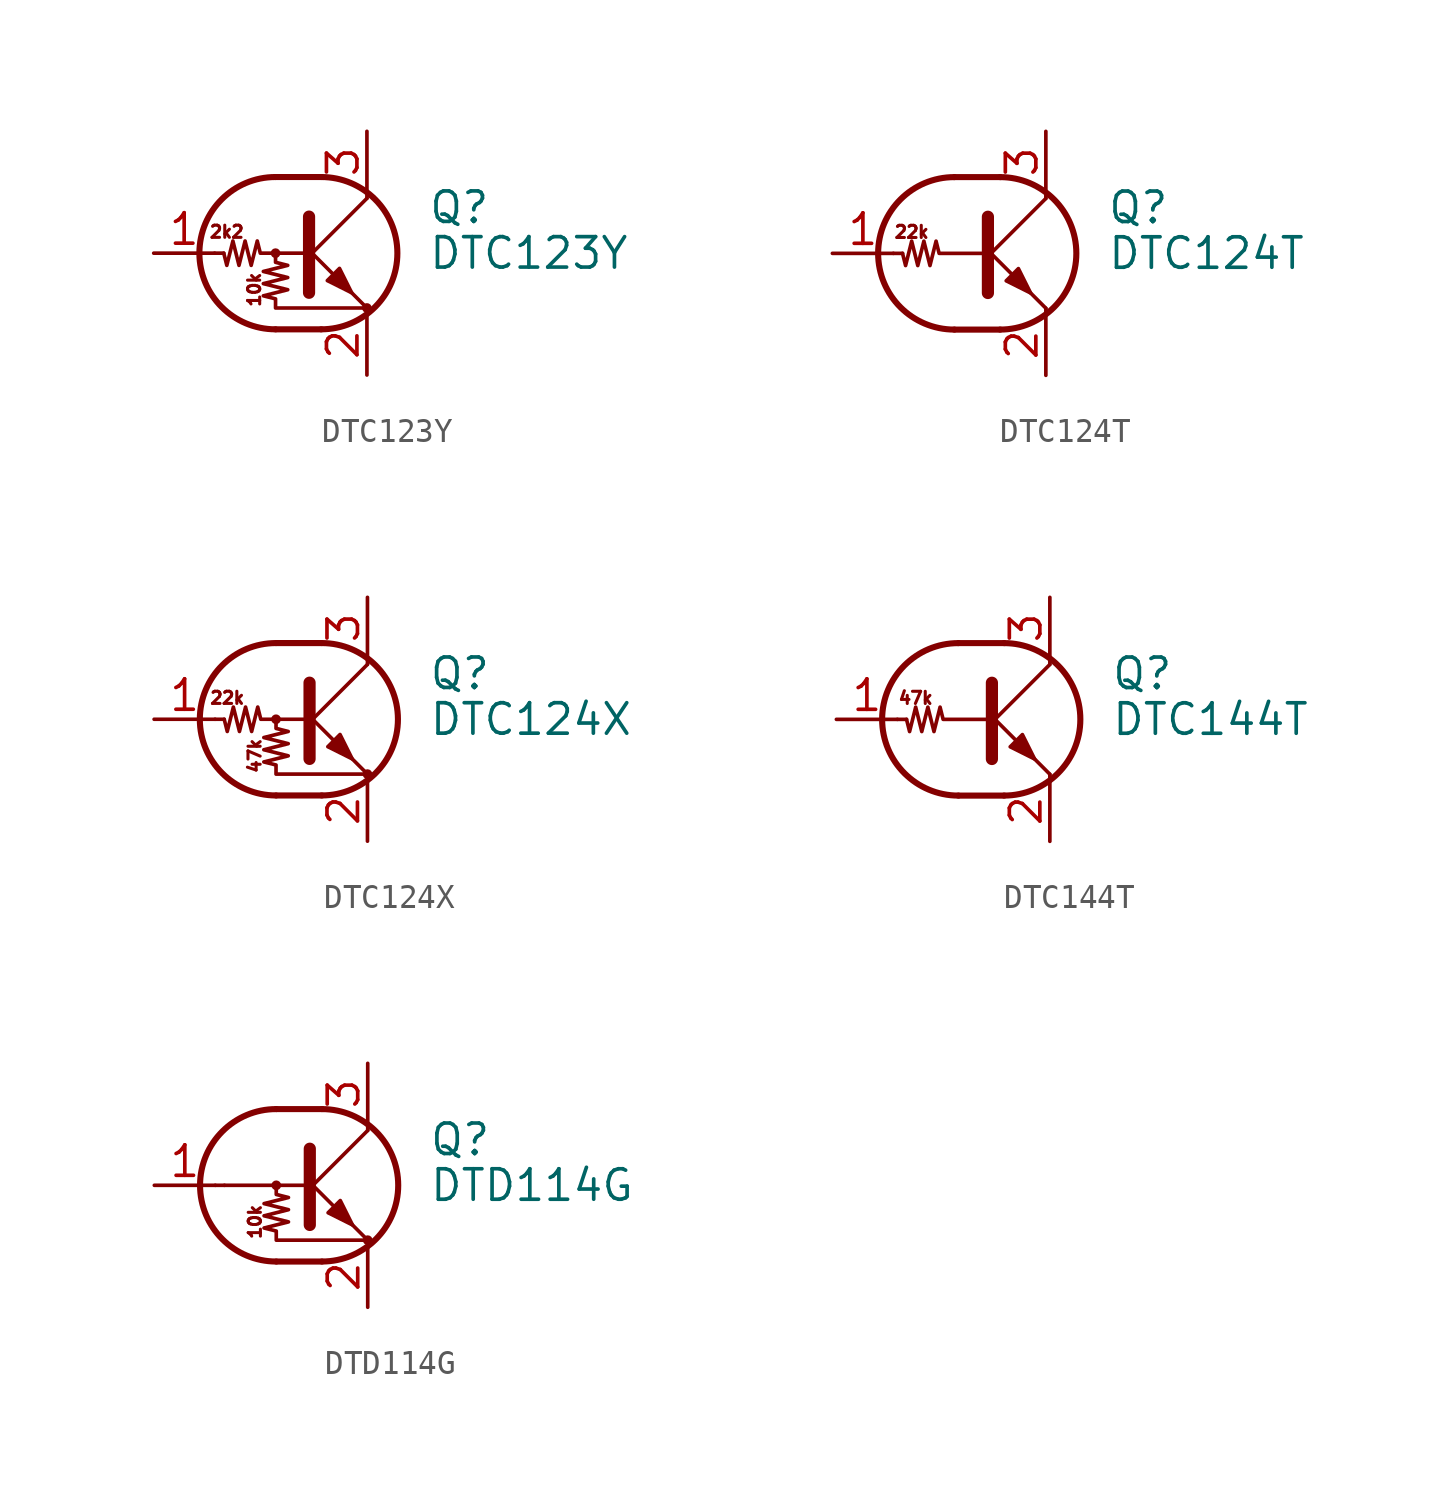
<source format=kicad_sym>
(kicad_symbol_lib
  (version 20231120)
  (generator "kicad_symbol_editor")
  (generator_version "8.0")
  (symbol "DTC123Y"
    (pin_names
      (offset 0) hide)
    (property "Reference" "Q"
      (at 5.08 1.905 0)
      (effects (font (size 1.27 1.27)) (justify left)))
    (property "Value" "DTC123Y"
      (at 5.08 0 0)
      (effects (font (size 1.27 1.27)) (justify left)))
    (symbol "DTC123Y_0_0"
      (text "10k" (at -2.159 -1.524 900) (effects (font (size 0.508 0.508))))
      (text "2k2" (at -3.302 0.889 0) (effects (font (size 0.508 0.508)))))
    (symbol "DTC123Y_0_1"
      (circle (center -1.27 0) (radius 0.127) (stroke (width 0) (type default)) (fill (type none)))
      (arc (start -1.27 3.175) (mid -4.4312 0) (end -1.27 -3.175) (stroke (width 0.254) (type default)) (fill (type none)))
      (polyline (pts (xy -3.429 0) (xy -3.81 0)) (stroke (width 0) (type default)) (fill (type none)))
      (polyline (pts (xy -1.27 -3.175) (xy 0.635 -3.175)) (stroke (width 0.254) (type default)) (fill (type none)))
      (polyline (pts (xy -1.27 3.175) (xy 0.635 3.175)) (stroke (width 0.254) (type default)) (fill (type none)))
      (polyline (pts (xy 0 -0.254) (xy 2.54 2.286)) (stroke (width 0) (type default)) (fill (type none)))
      (polyline (pts (xy 0.127 1.524) (xy 0.127 -1.651)) (stroke (width 0.508) (type default)) (fill (type outline)))
      (polyline (pts (xy 2.54 2.286) (xy 2.54 2.54)) (stroke (width 0) (type default)) (fill (type none)))
      (polyline (pts (xy 2.54 -2.286) (xy 0 0.254) (xy 0 0.254)) (stroke (width 0) (type default)) (fill (type none)))
      (polyline (pts (xy 0.889 -1.143) (xy 1.397 -0.635) (xy 1.905 -1.651) (xy 0.889 -1.143)) (stroke (width 0) (type default)) (fill (type outline)))
      (polyline (pts (xy 0 0) (xy -1.905 0) (xy -2.032 0.508) (xy -2.286 -0.508) (xy -2.54 0.508) (xy -2.794 -0.508) (xy -3.048 0.508) (xy -3.302 -0.508) (xy -3.429 0)) (stroke (width 0) (type default)) (fill (type none)))
      (polyline (pts (xy -1.27 0) (xy -1.27 -0.381) (xy -0.762 -0.508) (xy -1.778 -0.762) (xy -0.762 -1.016) (xy -1.778 -1.27) (xy -0.762 -1.524) (xy -1.778 -1.778) (xy -1.27 -1.905) (xy -1.27 -2.286) (xy 2.54 -2.286)) (stroke (width 0) (type default)) (fill (type none)))
      (arc (start 0.635 -3.175) (mid 3.7962 0) (end 0.635 3.175) (stroke (width 0.254) (type default)) (fill (type none)))
      (circle (center 2.54 -2.286) (radius 0.127) (stroke (width 0) (type default)) (fill (type none))))
    (symbol "DTC123Y_1_1"
      (pin input line (at -6.35 0 0) (length 2.54) (name "B" (effects (font (size 1.27 1.27)))) (number "1" (effects (font (size 1.27 1.27)))))
      (pin passive line (at 2.54 -5.08 90) (length 2.54) (name "E" (effects (font (size 1.27 1.27)))) (number "2" (effects (font (size 1.27 1.27)))))
      (pin passive line (at 2.54 5.08 270) (length 2.54) (name "C" (effects (font (size 1.27 1.27)))) (number "3" (effects (font (size 1.27 1.27)))))))
  (symbol "DTC124T"
    (pin_names
      (offset 0) hide)
    (property "Reference" "Q"
      (at 5.08 1.905 0)
      (effects (font (size 1.27 1.27)) (justify left)))
    (property "Value" "DTC124T"
      (at 5.08 0 0)
      (effects (font (size 1.27 1.27)) (justify left)))
    (symbol "DTC124T_0_0"
      (polyline (pts (xy 2.54 -2.286) (xy 2.54 -2.54)) (stroke (width 0) (type default)) (fill (type none)))
      (text "22k" (at -3.048 0.889 0) (effects (font (size 0.508 0.508)))))
    (symbol "DTC124T_0_1"
      (arc (start -1.27 3.175) (mid -4.4312 0) (end -1.27 -3.175) (stroke (width 0.254) (type default)) (fill (type none)))
      (polyline (pts (xy -3.429 0) (xy -3.81 0)) (stroke (width 0) (type default)) (fill (type none)))
      (polyline (pts (xy -1.27 -3.175) (xy 0.635 -3.175)) (stroke (width 0.254) (type default)) (fill (type none)))
      (polyline (pts (xy -1.27 3.175) (xy 0.635 3.175)) (stroke (width 0.254) (type default)) (fill (type none)))
      (polyline (pts (xy 0 -0.254) (xy 2.54 2.286)) (stroke (width 0) (type default)) (fill (type none)))
      (polyline (pts (xy 0.127 1.524) (xy 0.127 -1.651)) (stroke (width 0.508) (type default)) (fill (type outline)))
      (polyline (pts (xy 2.54 2.286) (xy 2.54 2.54)) (stroke (width 0) (type default)) (fill (type none)))
      (polyline (pts (xy 2.54 -2.286) (xy 0 0.254) (xy 0 0.254)) (stroke (width 0) (type default)) (fill (type none)))
      (polyline (pts (xy 0.889 -1.143) (xy 1.397 -0.635) (xy 1.905 -1.651) (xy 0.889 -1.143)) (stroke (width 0) (type default)) (fill (type outline)))
      (polyline (pts (xy 0 0) (xy -1.905 0) (xy -2.032 0.508) (xy -2.286 -0.508) (xy -2.54 0.508) (xy -2.794 -0.508) (xy -3.048 0.508) (xy -3.302 -0.508) (xy -3.429 0)) (stroke (width 0) (type default)) (fill (type none)))
      (arc (start 0.635 -3.175) (mid 3.7962 0) (end 0.635 3.175) (stroke (width 0.254) (type default)) (fill (type none))))
    (symbol "DTC124T_1_1"
      (pin input line (at -6.35 0 0) (length 2.54) (name "B" (effects (font (size 1.27 1.27)))) (number "1" (effects (font (size 1.27 1.27)))))
      (pin passive line (at 2.54 -5.08 90) (length 2.54) (name "E" (effects (font (size 1.27 1.27)))) (number "2" (effects (font (size 1.27 1.27)))))
      (pin passive line (at 2.54 5.08 270) (length 2.54) (name "C" (effects (font (size 1.27 1.27)))) (number "3" (effects (font (size 1.27 1.27)))))))
  (symbol "DTC124X"
    (pin_names
      (offset 0) hide)
    (property "Reference" "Q"
      (at 5.08 1.905 0)
      (effects (font (size 1.27 1.27)) (justify left)))
    (property "Value" "DTC124X"
      (at 5.08 0 0)
      (effects (font (size 1.27 1.27)) (justify left)))
    (symbol "DTC124X_0_0"
      (text "22k" (at -3.302 0.889 0) (effects (font (size 0.508 0.508))))
      (text "47k" (at -2.159 -1.524 900) (effects (font (size 0.508 0.508)))))
    (symbol "DTC124X_0_1"
      (circle (center -1.27 0) (radius 0.127) (stroke (width 0) (type default)) (fill (type none)))
      (arc (start -1.27 3.175) (mid -4.4312 0) (end -1.27 -3.175) (stroke (width 0.254) (type default)) (fill (type none)))
      (polyline (pts (xy -3.429 0) (xy -3.81 0)) (stroke (width 0) (type default)) (fill (type none)))
      (polyline (pts (xy -1.27 -3.175) (xy 0.635 -3.175)) (stroke (width 0.254) (type default)) (fill (type none)))
      (polyline (pts (xy -1.27 3.175) (xy 0.635 3.175)) (stroke (width 0.254) (type default)) (fill (type none)))
      (polyline (pts (xy 0 -0.254) (xy 2.54 2.286)) (stroke (width 0) (type default)) (fill (type none)))
      (polyline (pts (xy 0.127 1.524) (xy 0.127 -1.651)) (stroke (width 0.508) (type default)) (fill (type outline)))
      (polyline (pts (xy 2.54 2.286) (xy 2.54 2.54)) (stroke (width 0) (type default)) (fill (type none)))
      (polyline (pts (xy 2.54 -2.286) (xy 0 0.254) (xy 0 0.254)) (stroke (width 0) (type default)) (fill (type none)))
      (polyline (pts (xy 0.889 -1.143) (xy 1.397 -0.635) (xy 1.905 -1.651) (xy 0.889 -1.143)) (stroke (width 0) (type default)) (fill (type outline)))
      (polyline (pts (xy 0 0) (xy -1.905 0) (xy -2.032 0.508) (xy -2.286 -0.508) (xy -2.54 0.508) (xy -2.794 -0.508) (xy -3.048 0.508) (xy -3.302 -0.508) (xy -3.429 0)) (stroke (width 0) (type default)) (fill (type none)))
      (polyline (pts (xy -1.27 0) (xy -1.27 -0.381) (xy -0.762 -0.508) (xy -1.778 -0.762) (xy -0.762 -1.016) (xy -1.778 -1.27) (xy -0.762 -1.524) (xy -1.778 -1.778) (xy -1.27 -1.905) (xy -1.27 -2.286) (xy 2.54 -2.286)) (stroke (width 0) (type default)) (fill (type none)))
      (arc (start 0.635 -3.175) (mid 3.7962 0) (end 0.635 3.175) (stroke (width 0.254) (type default)) (fill (type none)))
      (circle (center 2.54 -2.286) (radius 0.127) (stroke (width 0) (type default)) (fill (type none))))
    (symbol "DTC124X_1_1"
      (pin input line (at -6.35 0 0) (length 2.54) (name "B" (effects (font (size 1.27 1.27)))) (number "1" (effects (font (size 1.27 1.27)))))
      (pin passive line (at 2.54 -5.08 90) (length 2.54) (name "E" (effects (font (size 1.27 1.27)))) (number "2" (effects (font (size 1.27 1.27)))))
      (pin passive line (at 2.54 5.08 270) (length 2.54) (name "C" (effects (font (size 1.27 1.27)))) (number "3" (effects (font (size 1.27 1.27)))))))
  (symbol "DTC144T"
    (pin_names
      (offset 0) hide)
    (property "Reference" "Q"
      (at 5.08 1.905 0)
      (effects (font (size 1.27 1.27)) (justify left)))
    (property "Value" "DTC144T"
      (at 5.08 0 0)
      (effects (font (size 1.27 1.27)) (justify left)))
    (symbol "DTC144T_0_0"
      (polyline (pts (xy 2.54 -2.286) (xy 2.54 -2.54)) (stroke (width 0) (type default)) (fill (type none)))
      (text "47k" (at -3.048 0.889 0) (effects (font (size 0.508 0.508)))))
    (symbol "DTC144T_0_1"
      (arc (start -1.27 3.175) (mid -4.4312 0) (end -1.27 -3.175) (stroke (width 0.254) (type default)) (fill (type none)))
      (polyline (pts (xy -3.429 0) (xy -3.81 0)) (stroke (width 0) (type default)) (fill (type none)))
      (polyline (pts (xy -1.27 -3.175) (xy 0.635 -3.175)) (stroke (width 0.254) (type default)) (fill (type none)))
      (polyline (pts (xy -1.27 3.175) (xy 0.635 3.175)) (stroke (width 0.254) (type default)) (fill (type none)))
      (polyline (pts (xy 0 -0.254) (xy 2.54 2.286)) (stroke (width 0) (type default)) (fill (type none)))
      (polyline (pts (xy 0.127 1.524) (xy 0.127 -1.651)) (stroke (width 0.508) (type default)) (fill (type outline)))
      (polyline (pts (xy 2.54 2.286) (xy 2.54 2.54)) (stroke (width 0) (type default)) (fill (type none)))
      (polyline (pts (xy 2.54 -2.286) (xy 0 0.254) (xy 0 0.254)) (stroke (width 0) (type default)) (fill (type none)))
      (polyline (pts (xy 0.889 -1.143) (xy 1.397 -0.635) (xy 1.905 -1.651) (xy 0.889 -1.143)) (stroke (width 0) (type default)) (fill (type outline)))
      (polyline (pts (xy 0 0) (xy -1.905 0) (xy -2.032 0.508) (xy -2.286 -0.508) (xy -2.54 0.508) (xy -2.794 -0.508) (xy -3.048 0.508) (xy -3.302 -0.508) (xy -3.429 0)) (stroke (width 0) (type default)) (fill (type none)))
      (arc (start 0.635 -3.175) (mid 3.7962 0) (end 0.635 3.175) (stroke (width 0.254) (type default)) (fill (type none))))
    (symbol "DTC144T_1_1"
      (pin input line (at -6.35 0 0) (length 2.54) (name "B" (effects (font (size 1.27 1.27)))) (number "1" (effects (font (size 1.27 1.27)))))
      (pin passive line (at 2.54 -5.08 90) (length 2.54) (name "E" (effects (font (size 1.27 1.27)))) (number "2" (effects (font (size 1.27 1.27)))))
      (pin passive line (at 2.54 5.08 270) (length 2.54) (name "C" (effects (font (size 1.27 1.27)))) (number "3" (effects (font (size 1.27 1.27)))))))
  (symbol "DTD114G"
    (pin_names
      (offset 0) hide)
    (property "Reference" "Q"
      (at 5.08 1.905 0)
      (effects (font (size 1.27 1.27)) (justify left)))
    (property "Value" "DTD114G"
      (at 5.08 0 0)
      (effects (font (size 1.27 1.27)) (justify left)))
    (symbol "DTD114G_0_0"
      (polyline (pts (xy -3.429 0) (xy 0 0)) (stroke (width 0) (type default)) (fill (type none)))
      (text "10k" (at -2.159 -1.524 900) (effects (font (size 0.508 0.508)))))
    (symbol "DTD114G_0_1"
      (circle (center -1.27 0) (radius 0.127) (stroke (width 0) (type default)) (fill (type none)))
      (arc (start -1.27 3.175) (mid -4.4312 0) (end -1.27 -3.175) (stroke (width 0.254) (type default)) (fill (type none)))
      (polyline (pts (xy -3.429 0) (xy -3.81 0)) (stroke (width 0) (type default)) (fill (type none)))
      (polyline (pts (xy -1.27 -3.175) (xy 0.635 -3.175)) (stroke (width 0.254) (type default)) (fill (type none)))
      (polyline (pts (xy -1.27 3.175) (xy 0.635 3.175)) (stroke (width 0.254) (type default)) (fill (type none)))
      (polyline (pts (xy 0 -0.254) (xy 2.54 2.286)) (stroke (width 0) (type default)) (fill (type none)))
      (polyline (pts (xy 0.127 1.524) (xy 0.127 -1.651)) (stroke (width 0.508) (type default)) (fill (type outline)))
      (polyline (pts (xy 2.54 2.286) (xy 2.54 2.54)) (stroke (width 0) (type default)) (fill (type none)))
      (polyline (pts (xy 2.54 -2.286) (xy 0 0.254) (xy 0 0.254)) (stroke (width 0) (type default)) (fill (type none)))
      (polyline (pts (xy 0.889 -1.143) (xy 1.397 -0.635) (xy 1.905 -1.651) (xy 0.889 -1.143)) (stroke (width 0) (type default)) (fill (type outline)))
      (polyline (pts (xy -1.27 0) (xy -1.27 -0.381) (xy -0.762 -0.508) (xy -1.778 -0.762) (xy -0.762 -1.016) (xy -1.778 -1.27) (xy -0.762 -1.524) (xy -1.778 -1.778) (xy -1.27 -1.905) (xy -1.27 -2.286) (xy 2.54 -2.286)) (stroke (width 0) (type default)) (fill (type none)))
      (arc (start 0.635 -3.175) (mid 3.7962 0) (end 0.635 3.175) (stroke (width 0.254) (type default)) (fill (type none)))
      (circle (center 2.54 -2.286) (radius 0.127) (stroke (width 0) (type default)) (fill (type none))))
    (symbol "DTD114G_1_1"
      (pin input line (at -6.35 0 0) (length 2.54) (name "B" (effects (font (size 1.27 1.27)))) (number "1" (effects (font (size 1.27 1.27)))))
      (pin passive line (at 2.54 -5.08 90) (length 2.54) (name "E" (effects (font (size 1.27 1.27)))) (number "2" (effects (font (size 1.27 1.27)))))
      (pin passive line (at 2.54 5.08 270) (length 2.54) (name "C" (effects (font (size 1.27 1.27)))) (number "3" (effects (font (size 1.27 1.27))))))))
</source>
